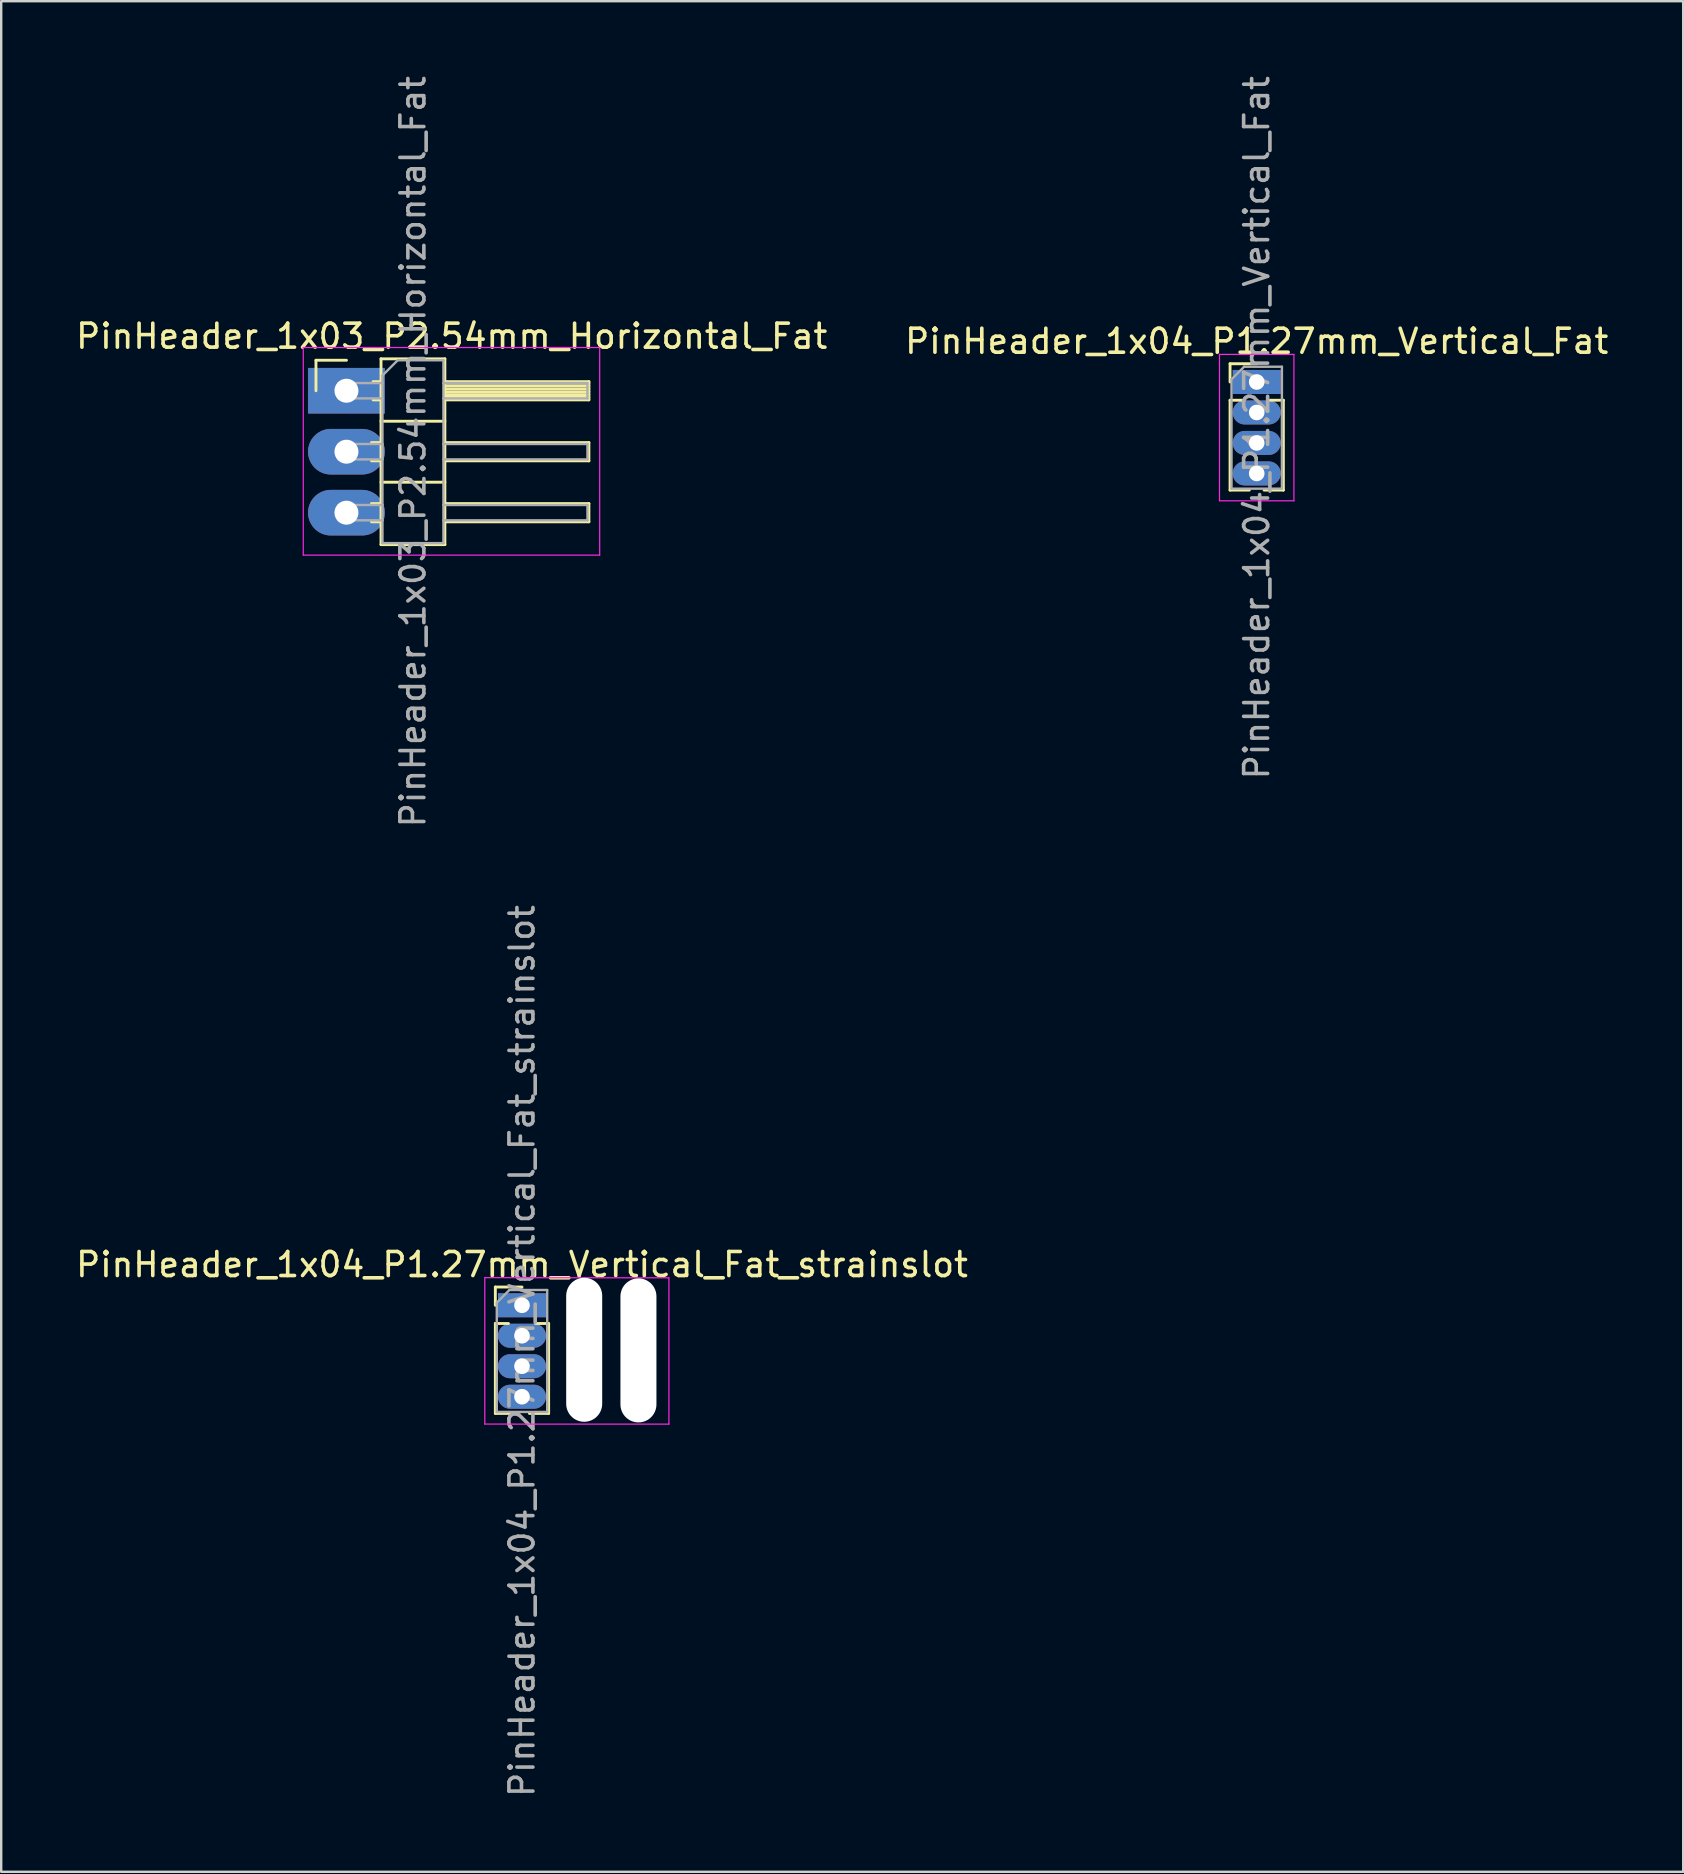
<source format=kicad_pcb>
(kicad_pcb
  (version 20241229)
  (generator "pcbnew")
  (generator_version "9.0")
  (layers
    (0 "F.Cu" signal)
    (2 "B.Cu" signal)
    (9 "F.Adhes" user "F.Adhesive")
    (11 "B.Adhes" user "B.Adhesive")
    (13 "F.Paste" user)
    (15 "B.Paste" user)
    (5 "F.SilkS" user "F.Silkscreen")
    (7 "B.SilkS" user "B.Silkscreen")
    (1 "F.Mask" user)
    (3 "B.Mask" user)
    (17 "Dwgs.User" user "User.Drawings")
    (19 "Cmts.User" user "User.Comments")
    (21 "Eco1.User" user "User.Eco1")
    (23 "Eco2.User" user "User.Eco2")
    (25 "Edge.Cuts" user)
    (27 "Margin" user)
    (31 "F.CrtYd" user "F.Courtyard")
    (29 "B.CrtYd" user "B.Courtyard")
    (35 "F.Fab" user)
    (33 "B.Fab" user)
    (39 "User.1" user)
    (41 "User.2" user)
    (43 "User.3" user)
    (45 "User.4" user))
  (footprint "PinHeader_1x04_P1.27mm_Vertical_Fat"
    (layer "F.Cu")
    (at 49.304 12.863)
    (property "Reference" "PinHeader_1x04_P1.27mm_Vertical_Fat" (at 0 -1.695 180) (layer "F.SilkS") (effects (font (size 1 1) (thickness 0.15))))
    (attr through_hole)
    (fp_line (start -1.11 -0.76) (end 0 -0.76) (stroke (width 0.12) (type solid)) (layer "F.SilkS"))
    (fp_line (start -1.11 0) (end -1.11 -0.76) (stroke (width 0.12) (type solid)) (layer "F.SilkS"))
    (fp_line (start -1.11 0.76) (end -1.11 4.505) (stroke (width 0.12) (type solid)) (layer "F.SilkS"))
    (fp_line (start -1.11 0.76) (end -0.563 0.76) (stroke (width 0.12) (type solid)) (layer "F.SilkS"))
    (fp_line (start -1.11 4.505) (end -0.308 4.505) (stroke (width 0.12) (type solid)) (layer "F.SilkS"))
    (fp_line (start 0.308 4.505) (end 1.11 4.505) (stroke (width 0.12) (type solid)) (layer "F.SilkS"))
    (fp_line (start 0.563 0.76) (end 1.11 0.76) (stroke (width 0.12) (type solid)) (layer "F.SilkS"))
    (fp_line (start 1.11 0.76) (end 1.11 4.505) (stroke (width 0.12) (type solid)) (layer "F.SilkS"))
    (fp_line (start -1.55 -1.15) (end -1.55 4.95) (stroke (width 0.05) (type solid)) (layer "F.CrtYd"))
    (fp_line (start -1.55 4.95) (end 1.55 4.95) (stroke (width 0.05) (type solid)) (layer "F.CrtYd"))
    (fp_line (start 1.55 -1.15) (end -1.55 -1.15) (stroke (width 0.05) (type solid)) (layer "F.CrtYd"))
    (fp_line (start 1.55 4.95) (end 1.55 -1.15) (stroke (width 0.05) (type solid)) (layer "F.CrtYd"))
    (fp_line (start -1.05 -0.11) (end -0.525 -0.635) (stroke (width 0.1) (type solid)) (layer "F.Fab"))
    (fp_line (start -1.05 4.445) (end -1.05 -0.11) (stroke (width 0.1) (type solid)) (layer "F.Fab"))
    (fp_line (start -0.525 -0.635) (end 1.05 -0.635) (stroke (width 0.1) (type solid)) (layer "F.Fab"))
    (fp_line (start 1.05 -0.635) (end 1.05 4.445) (stroke (width 0.1) (type solid)) (layer "F.Fab"))
    (fp_line (start 1.05 4.445) (end -1.05 4.445) (stroke (width 0.1) (type solid)) (layer "F.Fab"))
    (fp_text user "${REFERENCE}" (at 0 1.905 90) (layer "F.Fab") (effects (font (size 1 1) (thickness 0.15))))
    (pad "1" thru_hole rect (at 0 0) (size 2 1) (drill 0.65) (layers "*.Cu" "*.Mask"))
    (pad "2" thru_hole oval (at 0 1.27) (size 2 1) (drill 0.65) (layers "*.Cu" "*.Mask"))
    (pad "3" thru_hole oval (at 0 2.54) (size 2 1) (drill 0.65) (layers "*.Cu" "*.Mask"))
    (pad "4" thru_hole oval (at 0 3.81) (size 2 1) (drill 0.65) (layers "*.Cu" "*.Mask")))
  (footprint "PinHeader_1x04_P1.27mm_Vertical_Fat_strainslot"
    (layer "F.Cu")
    (at 18.696 51.327)
    (property "Reference" "PinHeader_1x04_P1.27mm_Vertical_Fat_strainslot" (at 0 -1.695 180) (layer "F.SilkS") (effects (font (size 1 1) (thickness 0.15))))
    (attr through_hole)
    (fp_line (start -1.11 -0.76) (end 0 -0.76) (stroke (width 0.12) (type solid)) (layer "F.SilkS"))
    (fp_line (start -1.11 0) (end -1.11 -0.76) (stroke (width 0.12) (type solid)) (layer "F.SilkS"))
    (fp_line (start -1.11 0.76) (end -1.11 4.505) (stroke (width 0.12) (type solid)) (layer "F.SilkS"))
    (fp_line (start -1.11 0.76) (end -0.563 0.76) (stroke (width 0.12) (type solid)) (layer "F.SilkS"))
    (fp_line (start -1.11 4.505) (end -0.308 4.505) (stroke (width 0.12) (type solid)) (layer "F.SilkS"))
    (fp_line (start 0.308 4.505) (end 1.11 4.505) (stroke (width 0.12) (type solid)) (layer "F.SilkS"))
    (fp_line (start 0.563 0.76) (end 1.11 0.76) (stroke (width 0.12) (type solid)) (layer "F.SilkS"))
    (fp_line (start 1.11 0.76) (end 1.11 4.505) (stroke (width 0.12) (type solid)) (layer "F.SilkS"))
    (fp_line (start -1.55 -1.15) (end -1.55 4.95) (stroke (width 0.05) (type solid)) (layer "F.CrtYd"))
    (fp_line (start -1.55 4.95) (end 6.121 4.953) (stroke (width 0.05) (type solid)) (layer "F.CrtYd"))
    (fp_line (start 6.121 -1.143) (end -1.55 -1.15) (stroke (width 0.05) (type solid)) (layer "F.CrtYd"))
    (fp_line (start 6.121 4.953) (end 6.121 -1.143) (stroke (width 0.05) (type solid)) (layer "F.CrtYd"))
    (fp_line (start -1.05 -0.11) (end -0.525 -0.635) (stroke (width 0.1) (type solid)) (layer "F.Fab"))
    (fp_line (start -1.05 4.445) (end -1.05 -0.11) (stroke (width 0.1) (type solid)) (layer "F.Fab"))
    (fp_line (start -0.525 -0.635) (end 1.05 -0.635) (stroke (width 0.1) (type solid)) (layer "F.Fab"))
    (fp_line (start 1.05 -0.635) (end 1.05 4.445) (stroke (width 0.1) (type solid)) (layer "F.Fab"))
    (fp_line (start 1.05 4.445) (end -1.05 4.445) (stroke (width 0.1) (type solid)) (layer "F.Fab"))
    (fp_text user "${REFERENCE}" (at 0 1.905 90) (layer "F.Fab") (effects (font (size 1 1) (thickness 0.15))))
    (pad "" np_thru_hole oval (at 2.591 1.854) (size 1.5 6) (drill oval 1.5 6) (layers "*.Cu" "*.Mask"))
    (pad "" np_thru_hole oval (at 4.851 1.88) (size 1.5 6) (drill oval 1.5 6) (layers "*.Cu" "*.Mask"))
    (pad "1" thru_hole rect (at 0 0) (size 2 1) (drill 0.65) (layers "*.Cu" "*.Mask"))
    (pad "2" thru_hole oval (at 0 1.27) (size 2 1) (drill 0.65) (layers "*.Cu" "*.Mask"))
    (pad "3" thru_hole oval (at 0 2.54) (size 2 1) (drill 0.65) (layers "*.Cu" "*.Mask"))
    (pad "4" thru_hole oval (at 0 3.81) (size 2 1) (drill 0.65) (layers "*.Cu" "*.Mask")))
  (footprint "PinHeader_1x03_P2.54mm_Horizontal_Fat"
    (layer "F.Cu")
    (at 11.383 13.228)
    (property "Reference" "PinHeader_1x03_P2.54mm_Horizontal_Fat" (at 4.385 -2.27 180) (layer "F.SilkS") (effects (font (size 1 1) (thickness 0.15))))
    (attr through_hole)
    (fp_line (start -1.27 -1.27) (end 0 -1.27) (stroke (width 0.12) (type solid)) (layer "F.SilkS"))
    (fp_line (start -1.27 0) (end -1.27 -1.27) (stroke (width 0.12) (type solid)) (layer "F.SilkS"))
    (fp_line (start 1.043 2.16) (end 1.44 2.16) (stroke (width 0.12) (type solid)) (layer "F.SilkS"))
    (fp_line (start 1.043 2.92) (end 1.44 2.92) (stroke (width 0.12) (type solid)) (layer "F.SilkS"))
    (fp_line (start 1.043 4.7) (end 1.44 4.7) (stroke (width 0.12) (type solid)) (layer "F.SilkS"))
    (fp_line (start 1.043 5.46) (end 1.44 5.46) (stroke (width 0.12) (type solid)) (layer "F.SilkS"))
    (fp_line (start 1.11 -0.38) (end 1.44 -0.38) (stroke (width 0.12) (type solid)) (layer "F.SilkS"))
    (fp_line (start 1.11 0.38) (end 1.44 0.38) (stroke (width 0.12) (type solid)) (layer "F.SilkS"))
    (fp_line (start 1.44 -1.33) (end 1.44 6.41) (stroke (width 0.12) (type solid)) (layer "F.SilkS"))
    (fp_line (start 1.44 1.27) (end 4.1 1.27) (stroke (width 0.12) (type solid)) (layer "F.SilkS"))
    (fp_line (start 1.44 3.81) (end 4.1 3.81) (stroke (width 0.12) (type solid)) (layer "F.SilkS"))
    (fp_line (start 1.44 6.41) (end 4.1 6.41) (stroke (width 0.12) (type solid)) (layer "F.SilkS"))
    (fp_line (start 4.1 -1.33) (end 1.44 -1.33) (stroke (width 0.12) (type solid)) (layer "F.SilkS"))
    (fp_line (start 4.1 -0.38) (end 10.1 -0.38) (stroke (width 0.12) (type solid)) (layer "F.SilkS"))
    (fp_line (start 4.1 -0.32) (end 10.1 -0.32) (stroke (width 0.12) (type solid)) (layer "F.SilkS"))
    (fp_line (start 4.1 -0.2) (end 10.1 -0.2) (stroke (width 0.12) (type solid)) (layer "F.SilkS"))
    (fp_line (start 4.1 -0.08) (end 10.1 -0.08) (stroke (width 0.12) (type solid)) (layer "F.SilkS"))
    (fp_line (start 4.1 0.04) (end 10.1 0.04) (stroke (width 0.12) (type solid)) (layer "F.SilkS"))
    (fp_line (start 4.1 0.16) (end 10.1 0.16) (stroke (width 0.12) (type solid)) (layer "F.SilkS"))
    (fp_line (start 4.1 0.28) (end 10.1 0.28) (stroke (width 0.12) (type solid)) (layer "F.SilkS"))
    (fp_line (start 4.1 2.16) (end 10.1 2.16) (stroke (width 0.12) (type solid)) (layer "F.SilkS"))
    (fp_line (start 4.1 4.7) (end 10.1 4.7) (stroke (width 0.12) (type solid)) (layer "F.SilkS"))
    (fp_line (start 4.1 6.41) (end 4.1 -1.33) (stroke (width 0.12) (type solid)) (layer "F.SilkS"))
    (fp_line (start 10.1 -0.38) (end 10.1 0.38) (stroke (width 0.12) (type solid)) (layer "F.SilkS"))
    (fp_line (start 10.1 0.38) (end 4.1 0.38) (stroke (width 0.12) (type solid)) (layer "F.SilkS"))
    (fp_line (start 10.1 2.16) (end 10.1 2.92) (stroke (width 0.12) (type solid)) (layer "F.SilkS"))
    (fp_line (start 10.1 2.92) (end 4.1 2.92) (stroke (width 0.12) (type solid)) (layer "F.SilkS"))
    (fp_line (start 10.1 4.7) (end 10.1 5.46) (stroke (width 0.12) (type solid)) (layer "F.SilkS"))
    (fp_line (start 10.1 5.46) (end 4.1 5.46) (stroke (width 0.12) (type solid)) (layer "F.SilkS"))
    (fp_line (start -1.8 -1.8) (end -1.8 6.85) (stroke (width 0.05) (type solid)) (layer "F.CrtYd"))
    (fp_line (start -1.8 6.85) (end 10.55 6.85) (stroke (width 0.05) (type solid)) (layer "F.CrtYd"))
    (fp_line (start 10.55 -1.8) (end -1.8 -1.8) (stroke (width 0.05) (type solid)) (layer "F.CrtYd"))
    (fp_line (start 10.55 6.85) (end 10.55 -1.8) (stroke (width 0.05) (type solid)) (layer "F.CrtYd"))
    (fp_line (start -0.32 -0.32) (end -0.32 0.32) (stroke (width 0.1) (type solid)) (layer "F.Fab"))
    (fp_line (start -0.32 -0.32) (end 1.5 -0.32) (stroke (width 0.1) (type solid)) (layer "F.Fab"))
    (fp_line (start -0.32 0.32) (end 1.5 0.32) (stroke (width 0.1) (type solid)) (layer "F.Fab"))
    (fp_line (start -0.32 2.22) (end -0.32 2.86) (stroke (width 0.1) (type solid)) (layer "F.Fab"))
    (fp_line (start -0.32 2.22) (end 1.5 2.22) (stroke (width 0.1) (type solid)) (layer "F.Fab"))
    (fp_line (start -0.32 2.86) (end 1.5 2.86) (stroke (width 0.1) (type solid)) (layer "F.Fab"))
    (fp_line (start -0.32 4.76) (end -0.32 5.4) (stroke (width 0.1) (type solid)) (layer "F.Fab"))
    (fp_line (start -0.32 4.76) (end 1.5 4.76) (stroke (width 0.1) (type solid)) (layer "F.Fab"))
    (fp_line (start -0.32 5.4) (end 1.5 5.4) (stroke (width 0.1) (type solid)) (layer "F.Fab"))
    (fp_line (start 1.5 -0.635) (end 2.135 -1.27) (stroke (width 0.1) (type solid)) (layer "F.Fab"))
    (fp_line (start 1.5 6.35) (end 1.5 -0.635) (stroke (width 0.1) (type solid)) (layer "F.Fab"))
    (fp_line (start 2.135 -1.27) (end 4.04 -1.27) (stroke (width 0.1) (type solid)) (layer "F.Fab"))
    (fp_line (start 4.04 -1.27) (end 4.04 6.35) (stroke (width 0.1) (type solid)) (layer "F.Fab"))
    (fp_line (start 4.04 -0.32) (end 10.04 -0.32) (stroke (width 0.1) (type solid)) (layer "F.Fab"))
    (fp_line (start 4.04 0.32) (end 10.04 0.32) (stroke (width 0.1) (type solid)) (layer "F.Fab"))
    (fp_line (start 4.04 2.22) (end 10.04 2.22) (stroke (width 0.1) (type solid)) (layer "F.Fab"))
    (fp_line (start 4.04 2.86) (end 10.04 2.86) (stroke (width 0.1) (type solid)) (layer "F.Fab"))
    (fp_line (start 4.04 4.76) (end 10.04 4.76) (stroke (width 0.1) (type solid)) (layer "F.Fab"))
    (fp_line (start 4.04 5.4) (end 10.04 5.4) (stroke (width 0.1) (type solid)) (layer "F.Fab"))
    (fp_line (start 4.04 6.35) (end 1.5 6.35) (stroke (width 0.1) (type solid)) (layer "F.Fab"))
    (fp_line (start 10.04 -0.32) (end 10.04 0.32) (stroke (width 0.1) (type solid)) (layer "F.Fab"))
    (fp_line (start 10.04 2.22) (end 10.04 2.86) (stroke (width 0.1) (type solid)) (layer "F.Fab"))
    (fp_line (start 10.04 4.76) (end 10.04 5.4) (stroke (width 0.1) (type solid)) (layer "F.Fab"))
    (fp_text user "${REFERENCE}" (at 2.77 2.54 90) (layer "F.Fab") (effects (font (size 1 1) (thickness 0.15))))
    (pad "1" thru_hole rect (at 0 0) (size 3.2 1.9) (drill 1) (layers "*.Cu" "*.Mask"))
    (pad "2" thru_hole oval (at 0 2.54) (size 3.2 1.9) (drill 1) (layers "*.Cu" "*.Mask"))
    (pad "3" thru_hole oval (at 0 5.08) (size 3.2 1.9) (drill 1) (layers "*.Cu" "*.Mask")))
  (gr_rect
    (start -3 -3)
    (end 67.071 74.929)
    (stroke (width 0.1) (type default))
    (fill no)
    (layer "Edge.Cuts")))
</source>
